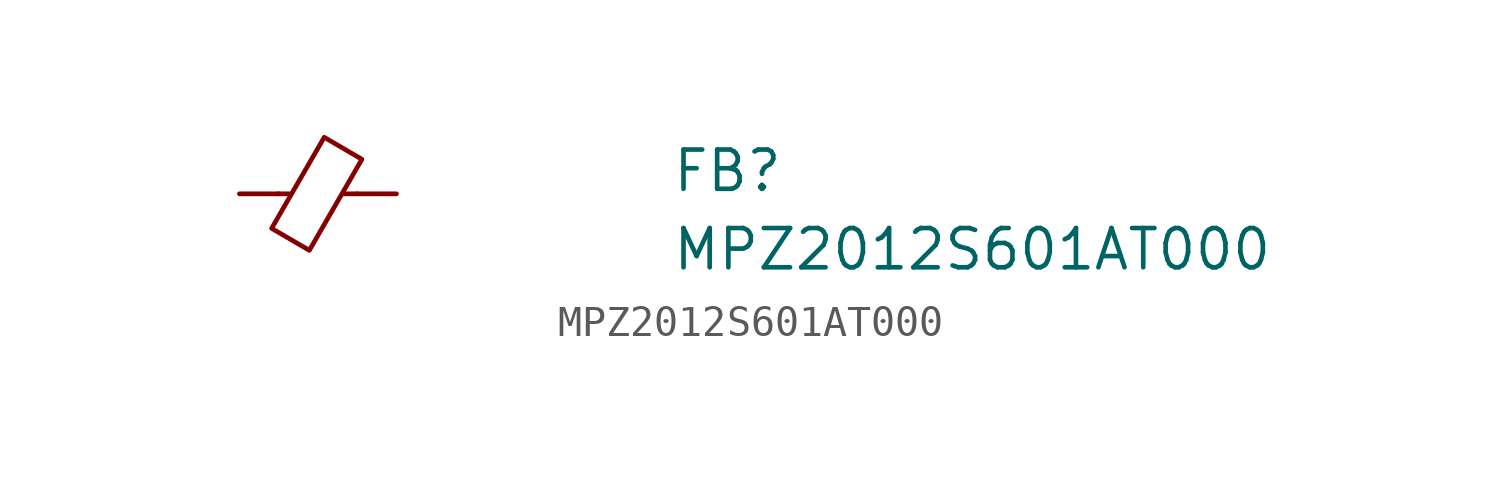
<source format=kicad_sym>
(kicad_symbol_lib
  (version 20211014)
  (generator kicad_symbol_editor)
  (symbol "MPZ2012S601AT000"
    (pin_numbers hide)
    (pin_names hide)
    (property "Reference" "FB"
      (at 13.97 0 0)
      (effects (font (size 1.27 1.27) (thickness 0.15)) (justify left bottom)))
    (property "Value" "MPZ2012S601AT000"
      (at 13.97 -2.54 0)
      (effects (font (size 1.27 1.27) (thickness 0.15)) (justify left bottom)))
    (symbol "MPZ2012S601AT000_0_1"
      (polyline (pts (xy 1.651 0) (xy 1.245 0)) (stroke (width 0) (type default) (color 0 0 0 0)) (fill (type none)))
      (polyline (pts (xy 3.81 0) (xy 3.327 0)) (stroke (width 0) (type default) (color 0 0 0 0)) (fill (type none)))
      (polyline (pts (xy 2.261 -1.829) (xy 1.041 -1.118) (xy 2.743 1.829) (xy 3.962 1.118) (xy 2.261 -1.829)) (stroke (width 0) (type default) (color 0 0 0 0)) (fill (type none))))
    (symbol "MPZ2012S601AT000_1_1"
      (pin passive line (at 0 0 0) (length 1.27) (name "~" (effects (font (size 1.27 1.27)))) (number "1" (effects (font (size 1.27 1.27)))))
      (pin passive line (at 5.08 0 180) (length 1.27) (name "~" (effects (font (size 1.27 1.27)))) (number "2" (effects (font (size 1.27 1.27))))))))
</source>
